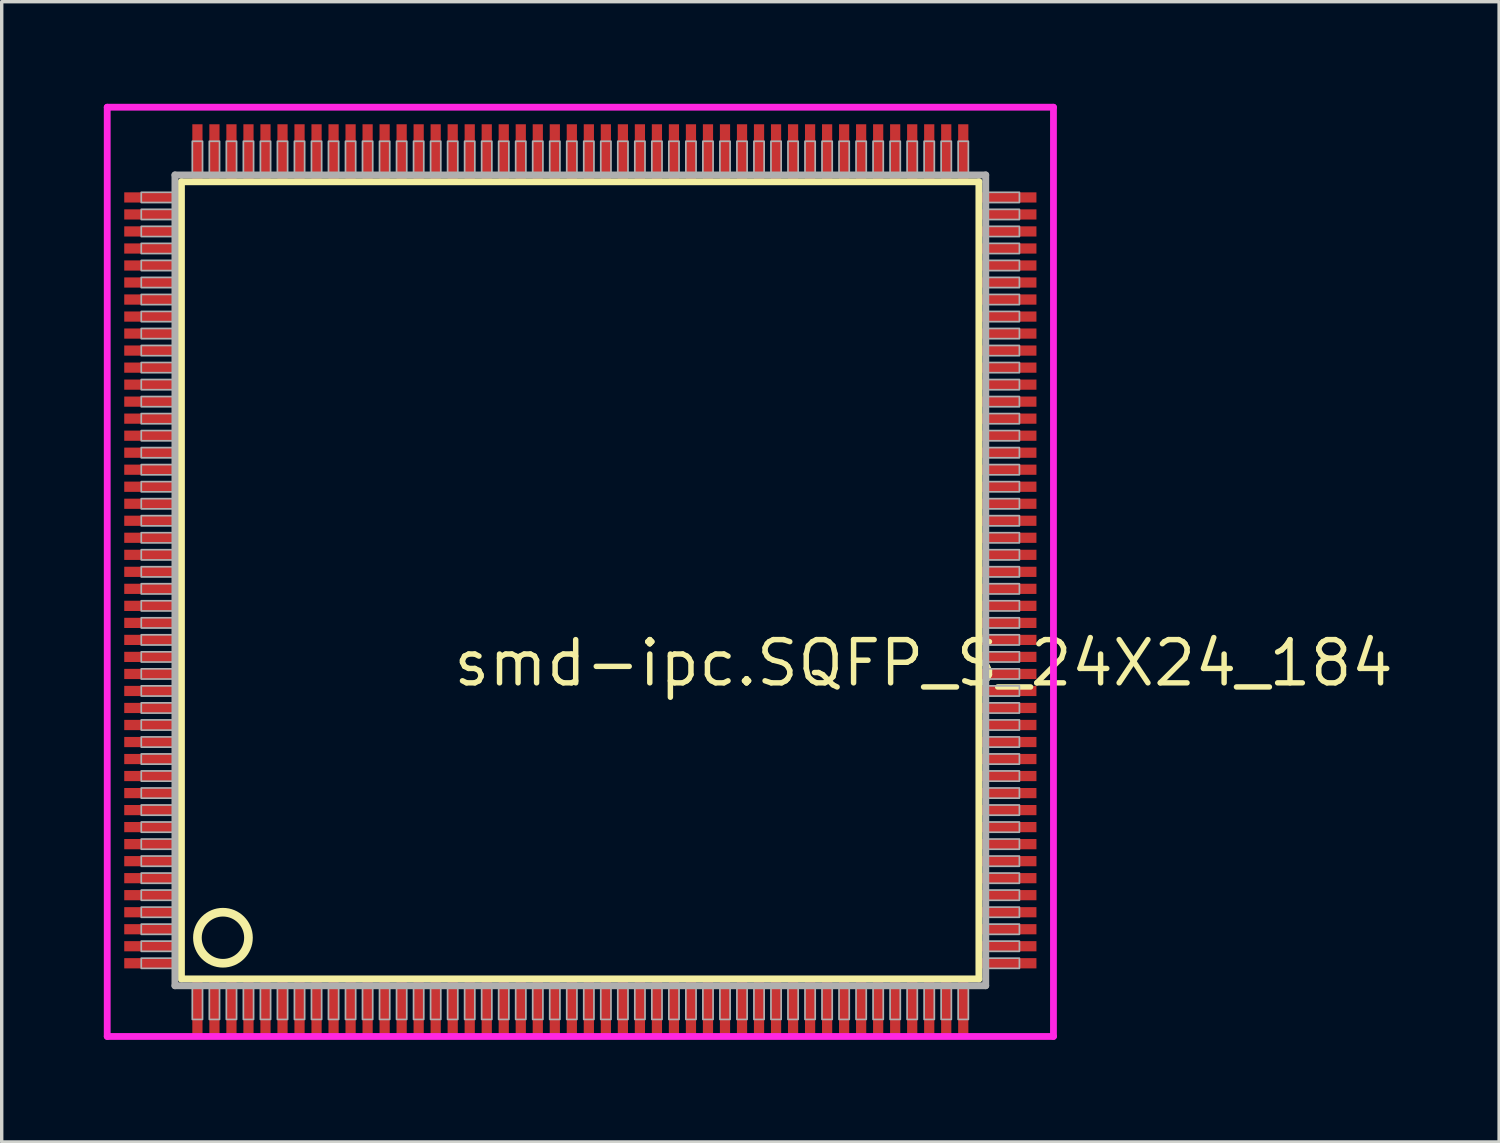
<source format=kicad_pcb>
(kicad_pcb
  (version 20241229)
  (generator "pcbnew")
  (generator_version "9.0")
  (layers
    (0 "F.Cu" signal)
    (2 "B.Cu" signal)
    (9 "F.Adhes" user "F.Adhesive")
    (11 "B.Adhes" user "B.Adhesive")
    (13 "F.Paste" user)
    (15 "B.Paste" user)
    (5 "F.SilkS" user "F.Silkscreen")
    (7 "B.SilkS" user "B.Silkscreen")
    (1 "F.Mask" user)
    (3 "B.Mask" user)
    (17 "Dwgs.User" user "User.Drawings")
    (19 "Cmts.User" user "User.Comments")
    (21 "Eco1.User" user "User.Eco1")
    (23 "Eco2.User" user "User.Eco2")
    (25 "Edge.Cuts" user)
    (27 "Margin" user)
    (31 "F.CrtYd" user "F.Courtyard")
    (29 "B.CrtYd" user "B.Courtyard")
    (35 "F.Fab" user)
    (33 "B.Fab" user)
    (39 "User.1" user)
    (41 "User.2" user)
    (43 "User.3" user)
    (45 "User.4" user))
  (footprint "smd-ipc.SQFP_S_24X24_184"
    (layer "F.Cu")
    (at 14 14)
    (property "Reference" "smd-ipc.SQFP_S_24X24_184" (at -3.81 3.175 0) (layer "F.SilkS") (effects (font (size 1.27 1.27) (thickness 0.16)) (justify left bottom)))
    (attr smd)
    (fp_line (start -11.72 -11.71) (end 11.71 -11.71) (stroke (width 0.203) (type default)) (layer "F.SilkS"))
    (fp_line (start -11.72 11.71) (end -11.72 -11.71) (stroke (width 0.203) (type default)) (layer "F.SilkS"))
    (fp_line (start 11.71 11.71) (end -11.72 11.71) (stroke (width 0.203) (type default)) (layer "F.SilkS"))
    (fp_line (start 11.71 -11.71) (end 11.71 11.71) (stroke (width 0.203) (type default)) (layer "F.SilkS"))
    (fp_circle (center -10.5 10.5) (end -9.75 10.5) (stroke (width 0.254) (type default)) (fill no) (layer "F.SilkS"))
    (fp_line (start -13.9 -13.9) (end 13.9 -13.9) (stroke (width 0.2) (type default)) (layer "F.CrtYd"))
    (fp_line (start -13.9 13.4) (end -13.9 -13.9) (stroke (width 0.2) (type default)) (layer "F.CrtYd"))
    (fp_line (start 13.9 -13.9) (end 13.9 13.4) (stroke (width 0.2) (type default)) (layer "F.CrtYd"))
    (fp_line (start 13.9 13.4) (end -13.9 13.4) (stroke (width 0.2) (type default)) (layer "F.CrtYd"))
    (fp_line (start -11.91 -11.91) (end -11.91 11.91) (stroke (width 0.203) (type default)) (layer "F.Fab"))
    (fp_line (start -11.91 11.91) (end 11.91 11.91) (stroke (width 0.203) (type default)) (layer "F.Fab"))
    (fp_line (start 11.91 -11.91) (end -11.91 -11.91) (stroke (width 0.203) (type default)) (layer "F.Fab"))
    (fp_line (start 11.91 11.91) (end 11.91 -11.91) (stroke (width 0.203) (type default)) (layer "F.Fab"))
    (fp_rect (start -12.9 -11.1) (end -11.95 -11.4) (stroke (width 0.05) (type default)) (fill no) (layer "F.Fab"))
    (fp_rect (start -12.9 -10.6) (end -11.95 -10.9) (stroke (width 0.05) (type default)) (fill no) (layer "F.Fab"))
    (fp_rect (start -12.9 -10.1) (end -11.95 -10.4) (stroke (width 0.05) (type default)) (fill no) (layer "F.Fab"))
    (fp_rect (start -12.9 -9.6) (end -11.95 -9.9) (stroke (width 0.05) (type default)) (fill no) (layer "F.Fab"))
    (fp_rect (start -12.9 -9.1) (end -11.95 -9.4) (stroke (width 0.05) (type default)) (fill no) (layer "F.Fab"))
    (fp_rect (start -12.9 -8.6) (end -11.95 -8.9) (stroke (width 0.05) (type default)) (fill no) (layer "F.Fab"))
    (fp_rect (start -12.9 -8.1) (end -11.95 -8.4) (stroke (width 0.05) (type default)) (fill no) (layer "F.Fab"))
    (fp_rect (start -12.9 -7.6) (end -11.95 -7.9) (stroke (width 0.05) (type default)) (fill no) (layer "F.Fab"))
    (fp_rect (start -12.9 -7.1) (end -11.95 -7.4) (stroke (width 0.05) (type default)) (fill no) (layer "F.Fab"))
    (fp_rect (start -12.9 -6.6) (end -11.95 -6.9) (stroke (width 0.05) (type default)) (fill no) (layer "F.Fab"))
    (fp_rect (start -12.9 -6.1) (end -11.95 -6.4) (stroke (width 0.05) (type default)) (fill no) (layer "F.Fab"))
    (fp_rect (start -12.9 -5.6) (end -11.95 -5.9) (stroke (width 0.05) (type default)) (fill no) (layer "F.Fab"))
    (fp_rect (start -12.9 -5.1) (end -11.95 -5.4) (stroke (width 0.05) (type default)) (fill no) (layer "F.Fab"))
    (fp_rect (start -12.9 -4.6) (end -11.95 -4.9) (stroke (width 0.05) (type default)) (fill no) (layer "F.Fab"))
    (fp_rect (start -12.9 -4.1) (end -11.95 -4.4) (stroke (width 0.05) (type default)) (fill no) (layer "F.Fab"))
    (fp_rect (start -12.9 -3.6) (end -11.95 -3.9) (stroke (width 0.05) (type default)) (fill no) (layer "F.Fab"))
    (fp_rect (start -12.9 -3.1) (end -11.95 -3.4) (stroke (width 0.05) (type default)) (fill no) (layer "F.Fab"))
    (fp_rect (start -12.9 -2.6) (end -11.95 -2.9) (stroke (width 0.05) (type default)) (fill no) (layer "F.Fab"))
    (fp_rect (start -12.9 -2.1) (end -11.95 -2.4) (stroke (width 0.05) (type default)) (fill no) (layer "F.Fab"))
    (fp_rect (start -12.9 -1.6) (end -11.95 -1.9) (stroke (width 0.05) (type default)) (fill no) (layer "F.Fab"))
    (fp_rect (start -12.9 -1.1) (end -11.95 -1.4) (stroke (width 0.05) (type default)) (fill no) (layer "F.Fab"))
    (fp_rect (start -12.9 -0.6) (end -11.95 -0.9) (stroke (width 0.05) (type default)) (fill no) (layer "F.Fab"))
    (fp_rect (start -12.9 -0.1) (end -11.95 -0.4) (stroke (width 0.05) (type default)) (fill no) (layer "F.Fab"))
    (fp_rect (start -12.9 0.4) (end -11.95 0.1) (stroke (width 0.05) (type default)) (fill no) (layer "F.Fab"))
    (fp_rect (start -12.9 0.9) (end -11.95 0.6) (stroke (width 0.05) (type default)) (fill no) (layer "F.Fab"))
    (fp_rect (start -12.9 1.4) (end -11.95 1.1) (stroke (width 0.05) (type default)) (fill no) (layer "F.Fab"))
    (fp_rect (start -12.9 1.9) (end -11.95 1.6) (stroke (width 0.05) (type default)) (fill no) (layer "F.Fab"))
    (fp_rect (start -12.9 2.4) (end -11.95 2.1) (stroke (width 0.05) (type default)) (fill no) (layer "F.Fab"))
    (fp_rect (start -12.9 2.9) (end -11.95 2.6) (stroke (width 0.05) (type default)) (fill no) (layer "F.Fab"))
    (fp_rect (start -12.9 3.4) (end -11.95 3.1) (stroke (width 0.05) (type default)) (fill no) (layer "F.Fab"))
    (fp_rect (start -12.9 3.9) (end -11.95 3.6) (stroke (width 0.05) (type default)) (fill no) (layer "F.Fab"))
    (fp_rect (start -12.9 4.4) (end -11.95 4.1) (stroke (width 0.05) (type default)) (fill no) (layer "F.Fab"))
    (fp_rect (start -12.9 4.9) (end -11.95 4.6) (stroke (width 0.05) (type default)) (fill no) (layer "F.Fab"))
    (fp_rect (start -12.9 5.4) (end -11.95 5.1) (stroke (width 0.05) (type default)) (fill no) (layer "F.Fab"))
    (fp_rect (start -12.9 5.9) (end -11.95 5.6) (stroke (width 0.05) (type default)) (fill no) (layer "F.Fab"))
    (fp_rect (start -12.9 6.4) (end -11.95 6.1) (stroke (width 0.05) (type default)) (fill no) (layer "F.Fab"))
    (fp_rect (start -12.9 6.9) (end -11.95 6.6) (stroke (width 0.05) (type default)) (fill no) (layer "F.Fab"))
    (fp_rect (start -12.9 7.4) (end -11.95 7.1) (stroke (width 0.05) (type default)) (fill no) (layer "F.Fab"))
    (fp_rect (start -12.9 7.9) (end -11.95 7.6) (stroke (width 0.05) (type default)) (fill no) (layer "F.Fab"))
    (fp_rect (start -12.9 8.4) (end -11.95 8.1) (stroke (width 0.05) (type default)) (fill no) (layer "F.Fab"))
    (fp_rect (start -12.9 8.9) (end -11.95 8.6) (stroke (width 0.05) (type default)) (fill no) (layer "F.Fab"))
    (fp_rect (start -12.9 9.4) (end -11.95 9.1) (stroke (width 0.05) (type default)) (fill no) (layer "F.Fab"))
    (fp_rect (start -12.9 9.9) (end -11.95 9.6) (stroke (width 0.05) (type default)) (fill no) (layer "F.Fab"))
    (fp_rect (start -12.9 10.4) (end -11.95 10.1) (stroke (width 0.05) (type default)) (fill no) (layer "F.Fab"))
    (fp_rect (start -12.9 10.9) (end -11.95 10.6) (stroke (width 0.05) (type default)) (fill no) (layer "F.Fab"))
    (fp_rect (start -12.9 11.4) (end -11.95 11.1) (stroke (width 0.05) (type default)) (fill no) (layer "F.Fab"))
    (fp_rect (start -11.4 -11.95) (end -11.1 -12.9) (stroke (width 0.05) (type default)) (fill no) (layer "F.Fab"))
    (fp_rect (start -11.4 12.9) (end -11.1 11.95) (stroke (width 0.05) (type default)) (fill no) (layer "F.Fab"))
    (fp_rect (start -10.9 -11.95) (end -10.6 -12.9) (stroke (width 0.05) (type default)) (fill no) (layer "F.Fab"))
    (fp_rect (start -10.9 12.9) (end -10.6 11.95) (stroke (width 0.05) (type default)) (fill no) (layer "F.Fab"))
    (fp_rect (start -10.4 -11.95) (end -10.1 -12.9) (stroke (width 0.05) (type default)) (fill no) (layer "F.Fab"))
    (fp_rect (start -10.4 12.9) (end -10.1 11.95) (stroke (width 0.05) (type default)) (fill no) (layer "F.Fab"))
    (fp_rect (start -9.9 -11.95) (end -9.6 -12.9) (stroke (width 0.05) (type default)) (fill no) (layer "F.Fab"))
    (fp_rect (start -9.9 12.9) (end -9.6 11.95) (stroke (width 0.05) (type default)) (fill no) (layer "F.Fab"))
    (fp_rect (start -9.4 -11.95) (end -9.1 -12.9) (stroke (width 0.05) (type default)) (fill no) (layer "F.Fab"))
    (fp_rect (start -9.4 12.9) (end -9.1 11.95) (stroke (width 0.05) (type default)) (fill no) (layer "F.Fab"))
    (fp_rect (start -8.9 -11.95) (end -8.6 -12.9) (stroke (width 0.05) (type default)) (fill no) (layer "F.Fab"))
    (fp_rect (start -8.9 12.9) (end -8.6 11.95) (stroke (width 0.05) (type default)) (fill no) (layer "F.Fab"))
    (fp_rect (start -8.4 -11.95) (end -8.1 -12.9) (stroke (width 0.05) (type default)) (fill no) (layer "F.Fab"))
    (fp_rect (start -8.4 12.9) (end -8.1 11.95) (stroke (width 0.05) (type default)) (fill no) (layer "F.Fab"))
    (fp_rect (start -7.9 -11.95) (end -7.6 -12.9) (stroke (width 0.05) (type default)) (fill no) (layer "F.Fab"))
    (fp_rect (start -7.9 12.9) (end -7.6 11.95) (stroke (width 0.05) (type default)) (fill no) (layer "F.Fab"))
    (fp_rect (start -7.4 -11.95) (end -7.1 -12.9) (stroke (width 0.05) (type default)) (fill no) (layer "F.Fab"))
    (fp_rect (start -7.4 12.9) (end -7.1 11.95) (stroke (width 0.05) (type default)) (fill no) (layer "F.Fab"))
    (fp_rect (start -6.9 -11.95) (end -6.6 -12.9) (stroke (width 0.05) (type default)) (fill no) (layer "F.Fab"))
    (fp_rect (start -6.9 12.9) (end -6.6 11.95) (stroke (width 0.05) (type default)) (fill no) (layer "F.Fab"))
    (fp_rect (start -6.4 -11.95) (end -6.1 -12.9) (stroke (width 0.05) (type default)) (fill no) (layer "F.Fab"))
    (fp_rect (start -6.4 12.9) (end -6.1 11.95) (stroke (width 0.05) (type default)) (fill no) (layer "F.Fab"))
    (fp_rect (start -5.9 -11.95) (end -5.6 -12.9) (stroke (width 0.05) (type default)) (fill no) (layer "F.Fab"))
    (fp_rect (start -5.9 12.9) (end -5.6 11.95) (stroke (width 0.05) (type default)) (fill no) (layer "F.Fab"))
    (fp_rect (start -5.4 -11.95) (end -5.1 -12.9) (stroke (width 0.05) (type default)) (fill no) (layer "F.Fab"))
    (fp_rect (start -5.4 12.9) (end -5.1 11.95) (stroke (width 0.05) (type default)) (fill no) (layer "F.Fab"))
    (fp_rect (start -4.9 -11.95) (end -4.6 -12.9) (stroke (width 0.05) (type default)) (fill no) (layer "F.Fab"))
    (fp_rect (start -4.9 12.9) (end -4.6 11.95) (stroke (width 0.05) (type default)) (fill no) (layer "F.Fab"))
    (fp_rect (start -4.4 -11.95) (end -4.1 -12.9) (stroke (width 0.05) (type default)) (fill no) (layer "F.Fab"))
    (fp_rect (start -4.4 12.9) (end -4.1 11.95) (stroke (width 0.05) (type default)) (fill no) (layer "F.Fab"))
    (fp_rect (start -3.9 -11.95) (end -3.6 -12.9) (stroke (width 0.05) (type default)) (fill no) (layer "F.Fab"))
    (fp_rect (start -3.9 12.9) (end -3.6 11.95) (stroke (width 0.05) (type default)) (fill no) (layer "F.Fab"))
    (fp_rect (start -3.4 -11.95) (end -3.1 -12.9) (stroke (width 0.05) (type default)) (fill no) (layer "F.Fab"))
    (fp_rect (start -3.4 12.9) (end -3.1 11.95) (stroke (width 0.05) (type default)) (fill no) (layer "F.Fab"))
    (fp_rect (start -2.9 -11.95) (end -2.6 -12.9) (stroke (width 0.05) (type default)) (fill no) (layer "F.Fab"))
    (fp_rect (start -2.9 12.9) (end -2.6 11.95) (stroke (width 0.05) (type default)) (fill no) (layer "F.Fab"))
    (fp_rect (start -2.4 -11.95) (end -2.1 -12.9) (stroke (width 0.05) (type default)) (fill no) (layer "F.Fab"))
    (fp_rect (start -2.4 12.9) (end -2.1 11.95) (stroke (width 0.05) (type default)) (fill no) (layer "F.Fab"))
    (fp_rect (start -1.9 -11.95) (end -1.6 -12.9) (stroke (width 0.05) (type default)) (fill no) (layer "F.Fab"))
    (fp_rect (start -1.9 12.9) (end -1.6 11.95) (stroke (width 0.05) (type default)) (fill no) (layer "F.Fab"))
    (fp_rect (start -1.4 -11.95) (end -1.1 -12.9) (stroke (width 0.05) (type default)) (fill no) (layer "F.Fab"))
    (fp_rect (start -1.4 12.9) (end -1.1 11.95) (stroke (width 0.05) (type default)) (fill no) (layer "F.Fab"))
    (fp_rect (start -0.9 -11.95) (end -0.6 -12.9) (stroke (width 0.05) (type default)) (fill no) (layer "F.Fab"))
    (fp_rect (start -0.9 12.9) (end -0.6 11.95) (stroke (width 0.05) (type default)) (fill no) (layer "F.Fab"))
    (fp_rect (start -0.4 -11.95) (end -0.1 -12.9) (stroke (width 0.05) (type default)) (fill no) (layer "F.Fab"))
    (fp_rect (start -0.4 12.9) (end -0.1 11.95) (stroke (width 0.05) (type default)) (fill no) (layer "F.Fab"))
    (fp_rect (start 0.1 -11.95) (end 0.4 -12.9) (stroke (width 0.05) (type default)) (fill no) (layer "F.Fab"))
    (fp_rect (start 0.1 12.9) (end 0.4 11.95) (stroke (width 0.05) (type default)) (fill no) (layer "F.Fab"))
    (fp_rect (start 0.6 -11.95) (end 0.9 -12.9) (stroke (width 0.05) (type default)) (fill no) (layer "F.Fab"))
    (fp_rect (start 0.6 12.9) (end 0.9 11.95) (stroke (width 0.05) (type default)) (fill no) (layer "F.Fab"))
    (fp_rect (start 1.1 -11.95) (end 1.4 -12.9) (stroke (width 0.05) (type default)) (fill no) (layer "F.Fab"))
    (fp_rect (start 1.1 12.9) (end 1.4 11.95) (stroke (width 0.05) (type default)) (fill no) (layer "F.Fab"))
    (fp_rect (start 1.6 -11.95) (end 1.9 -12.9) (stroke (width 0.05) (type default)) (fill no) (layer "F.Fab"))
    (fp_rect (start 1.6 12.9) (end 1.9 11.95) (stroke (width 0.05) (type default)) (fill no) (layer "F.Fab"))
    (fp_rect (start 2.1 -11.95) (end 2.4 -12.9) (stroke (width 0.05) (type default)) (fill no) (layer "F.Fab"))
    (fp_rect (start 2.1 12.9) (end 2.4 11.95) (stroke (width 0.05) (type default)) (fill no) (layer "F.Fab"))
    (fp_rect (start 2.6 -11.95) (end 2.9 -12.9) (stroke (width 0.05) (type default)) (fill no) (layer "F.Fab"))
    (fp_rect (start 2.6 12.9) (end 2.9 11.95) (stroke (width 0.05) (type default)) (fill no) (layer "F.Fab"))
    (fp_rect (start 3.1 -11.95) (end 3.4 -12.9) (stroke (width 0.05) (type default)) (fill no) (layer "F.Fab"))
    (fp_rect (start 3.1 12.9) (end 3.4 11.95) (stroke (width 0.05) (type default)) (fill no) (layer "F.Fab"))
    (fp_rect (start 3.6 -11.95) (end 3.9 -12.9) (stroke (width 0.05) (type default)) (fill no) (layer "F.Fab"))
    (fp_rect (start 3.6 12.9) (end 3.9 11.95) (stroke (width 0.05) (type default)) (fill no) (layer "F.Fab"))
    (fp_rect (start 4.1 -11.95) (end 4.4 -12.9) (stroke (width 0.05) (type default)) (fill no) (layer "F.Fab"))
    (fp_rect (start 4.1 12.9) (end 4.4 11.95) (stroke (width 0.05) (type default)) (fill no) (layer "F.Fab"))
    (fp_rect (start 4.6 -11.95) (end 4.9 -12.9) (stroke (width 0.05) (type default)) (fill no) (layer "F.Fab"))
    (fp_rect (start 4.6 12.9) (end 4.9 11.95) (stroke (width 0.05) (type default)) (fill no) (layer "F.Fab"))
    (fp_rect (start 5.1 -11.95) (end 5.4 -12.9) (stroke (width 0.05) (type default)) (fill no) (layer "F.Fab"))
    (fp_rect (start 5.1 12.9) (end 5.4 11.95) (stroke (width 0.05) (type default)) (fill no) (layer "F.Fab"))
    (fp_rect (start 5.6 -11.95) (end 5.9 -12.9) (stroke (width 0.05) (type default)) (fill no) (layer "F.Fab"))
    (fp_rect (start 5.6 12.9) (end 5.9 11.95) (stroke (width 0.05) (type default)) (fill no) (layer "F.Fab"))
    (fp_rect (start 6.1 -11.95) (end 6.4 -12.9) (stroke (width 0.05) (type default)) (fill no) (layer "F.Fab"))
    (fp_rect (start 6.1 12.9) (end 6.4 11.95) (stroke (width 0.05) (type default)) (fill no) (layer "F.Fab"))
    (fp_rect (start 6.6 -11.95) (end 6.9 -12.9) (stroke (width 0.05) (type default)) (fill no) (layer "F.Fab"))
    (fp_rect (start 6.6 12.9) (end 6.9 11.95) (stroke (width 0.05) (type default)) (fill no) (layer "F.Fab"))
    (fp_rect (start 7.1 -11.95) (end 7.4 -12.9) (stroke (width 0.05) (type default)) (fill no) (layer "F.Fab"))
    (fp_rect (start 7.1 12.9) (end 7.4 11.95) (stroke (width 0.05) (type default)) (fill no) (layer "F.Fab"))
    (fp_rect (start 7.6 -11.95) (end 7.9 -12.9) (stroke (width 0.05) (type default)) (fill no) (layer "F.Fab"))
    (fp_rect (start 7.6 12.9) (end 7.9 11.95) (stroke (width 0.05) (type default)) (fill no) (layer "F.Fab"))
    (fp_rect (start 8.1 -11.95) (end 8.4 -12.9) (stroke (width 0.05) (type default)) (fill no) (layer "F.Fab"))
    (fp_rect (start 8.1 12.9) (end 8.4 11.95) (stroke (width 0.05) (type default)) (fill no) (layer "F.Fab"))
    (fp_rect (start 8.6 -11.95) (end 8.9 -12.9) (stroke (width 0.05) (type default)) (fill no) (layer "F.Fab"))
    (fp_rect (start 8.6 12.9) (end 8.9 11.95) (stroke (width 0.05) (type default)) (fill no) (layer "F.Fab"))
    (fp_rect (start 9.1 -11.95) (end 9.4 -12.9) (stroke (width 0.05) (type default)) (fill no) (layer "F.Fab"))
    (fp_rect (start 9.1 12.9) (end 9.4 11.95) (stroke (width 0.05) (type default)) (fill no) (layer "F.Fab"))
    (fp_rect (start 9.6 -11.95) (end 9.9 -12.9) (stroke (width 0.05) (type default)) (fill no) (layer "F.Fab"))
    (fp_rect (start 9.6 12.9) (end 9.9 11.95) (stroke (width 0.05) (type default)) (fill no) (layer "F.Fab"))
    (fp_rect (start 10.1 -11.95) (end 10.4 -12.9) (stroke (width 0.05) (type default)) (fill no) (layer "F.Fab"))
    (fp_rect (start 10.1 12.9) (end 10.4 11.95) (stroke (width 0.05) (type default)) (fill no) (layer "F.Fab"))
    (fp_rect (start 10.6 -11.95) (end 10.9 -12.9) (stroke (width 0.05) (type default)) (fill no) (layer "F.Fab"))
    (fp_rect (start 10.6 12.9) (end 10.9 11.95) (stroke (width 0.05) (type default)) (fill no) (layer "F.Fab"))
    (fp_rect (start 11.1 -11.95) (end 11.4 -12.9) (stroke (width 0.05) (type default)) (fill no) (layer "F.Fab"))
    (fp_rect (start 11.1 12.9) (end 11.4 11.95) (stroke (width 0.05) (type default)) (fill no) (layer "F.Fab"))
    (fp_rect (start 11.95 -11.1) (end 12.9 -11.4) (stroke (width 0.05) (type default)) (fill no) (layer "F.Fab"))
    (fp_rect (start 11.95 -10.6) (end 12.9 -10.9) (stroke (width 0.05) (type default)) (fill no) (layer "F.Fab"))
    (fp_rect (start 11.95 -10.1) (end 12.9 -10.4) (stroke (width 0.05) (type default)) (fill no) (layer "F.Fab"))
    (fp_rect (start 11.95 -9.6) (end 12.9 -9.9) (stroke (width 0.05) (type default)) (fill no) (layer "F.Fab"))
    (fp_rect (start 11.95 -9.1) (end 12.9 -9.4) (stroke (width 0.05) (type default)) (fill no) (layer "F.Fab"))
    (fp_rect (start 11.95 -8.6) (end 12.9 -8.9) (stroke (width 0.05) (type default)) (fill no) (layer "F.Fab"))
    (fp_rect (start 11.95 -8.1) (end 12.9 -8.4) (stroke (width 0.05) (type default)) (fill no) (layer "F.Fab"))
    (fp_rect (start 11.95 -7.6) (end 12.9 -7.9) (stroke (width 0.05) (type default)) (fill no) (layer "F.Fab"))
    (fp_rect (start 11.95 -7.1) (end 12.9 -7.4) (stroke (width 0.05) (type default)) (fill no) (layer "F.Fab"))
    (fp_rect (start 11.95 -6.6) (end 12.9 -6.9) (stroke (width 0.05) (type default)) (fill no) (layer "F.Fab"))
    (fp_rect (start 11.95 -6.1) (end 12.9 -6.4) (stroke (width 0.05) (type default)) (fill no) (layer "F.Fab"))
    (fp_rect (start 11.95 -5.6) (end 12.9 -5.9) (stroke (width 0.05) (type default)) (fill no) (layer "F.Fab"))
    (fp_rect (start 11.95 -5.1) (end 12.9 -5.4) (stroke (width 0.05) (type default)) (fill no) (layer "F.Fab"))
    (fp_rect (start 11.95 -4.6) (end 12.9 -4.9) (stroke (width 0.05) (type default)) (fill no) (layer "F.Fab"))
    (fp_rect (start 11.95 -4.1) (end 12.9 -4.4) (stroke (width 0.05) (type default)) (fill no) (layer "F.Fab"))
    (fp_rect (start 11.95 -3.6) (end 12.9 -3.9) (stroke (width 0.05) (type default)) (fill no) (layer "F.Fab"))
    (fp_rect (start 11.95 -3.1) (end 12.9 -3.4) (stroke (width 0.05) (type default)) (fill no) (layer "F.Fab"))
    (fp_rect (start 11.95 -2.6) (end 12.9 -2.9) (stroke (width 0.05) (type default)) (fill no) (layer "F.Fab"))
    (fp_rect (start 11.95 -2.1) (end 12.9 -2.4) (stroke (width 0.05) (type default)) (fill no) (layer "F.Fab"))
    (fp_rect (start 11.95 -1.6) (end 12.9 -1.9) (stroke (width 0.05) (type default)) (fill no) (layer "F.Fab"))
    (fp_rect (start 11.95 -1.1) (end 12.9 -1.4) (stroke (width 0.05) (type default)) (fill no) (layer "F.Fab"))
    (fp_rect (start 11.95 -0.6) (end 12.9 -0.9) (stroke (width 0.05) (type default)) (fill no) (layer "F.Fab"))
    (fp_rect (start 11.95 -0.1) (end 12.9 -0.4) (stroke (width 0.05) (type default)) (fill no) (layer "F.Fab"))
    (fp_rect (start 11.95 0.4) (end 12.9 0.1) (stroke (width 0.05) (type default)) (fill no) (layer "F.Fab"))
    (fp_rect (start 11.95 0.9) (end 12.9 0.6) (stroke (width 0.05) (type default)) (fill no) (layer "F.Fab"))
    (fp_rect (start 11.95 1.4) (end 12.9 1.1) (stroke (width 0.05) (type default)) (fill no) (layer "F.Fab"))
    (fp_rect (start 11.95 1.9) (end 12.9 1.6) (stroke (width 0.05) (type default)) (fill no) (layer "F.Fab"))
    (fp_rect (start 11.95 2.4) (end 12.9 2.1) (stroke (width 0.05) (type default)) (fill no) (layer "F.Fab"))
    (fp_rect (start 11.95 2.9) (end 12.9 2.6) (stroke (width 0.05) (type default)) (fill no) (layer "F.Fab"))
    (fp_rect (start 11.95 3.4) (end 12.9 3.1) (stroke (width 0.05) (type default)) (fill no) (layer "F.Fab"))
    (fp_rect (start 11.95 3.9) (end 12.9 3.6) (stroke (width 0.05) (type default)) (fill no) (layer "F.Fab"))
    (fp_rect (start 11.95 4.4) (end 12.9 4.1) (stroke (width 0.05) (type default)) (fill no) (layer "F.Fab"))
    (fp_rect (start 11.95 4.9) (end 12.9 4.6) (stroke (width 0.05) (type default)) (fill no) (layer "F.Fab"))
    (fp_rect (start 11.95 5.4) (end 12.9 5.1) (stroke (width 0.05) (type default)) (fill no) (layer "F.Fab"))
    (fp_rect (start 11.95 5.9) (end 12.9 5.6) (stroke (width 0.05) (type default)) (fill no) (layer "F.Fab"))
    (fp_rect (start 11.95 6.4) (end 12.9 6.1) (stroke (width 0.05) (type default)) (fill no) (layer "F.Fab"))
    (fp_rect (start 11.95 6.9) (end 12.9 6.6) (stroke (width 0.05) (type default)) (fill no) (layer "F.Fab"))
    (fp_rect (start 11.95 7.4) (end 12.9 7.1) (stroke (width 0.05) (type default)) (fill no) (layer "F.Fab"))
    (fp_rect (start 11.95 7.9) (end 12.9 7.6) (stroke (width 0.05) (type default)) (fill no) (layer "F.Fab"))
    (fp_rect (start 11.95 8.4) (end 12.9 8.1) (stroke (width 0.05) (type default)) (fill no) (layer "F.Fab"))
    (fp_rect (start 11.95 8.9) (end 12.9 8.6) (stroke (width 0.05) (type default)) (fill no) (layer "F.Fab"))
    (fp_rect (start 11.95 9.4) (end 12.9 9.1) (stroke (width 0.05) (type default)) (fill no) (layer "F.Fab"))
    (fp_rect (start 11.95 9.9) (end 12.9 9.6) (stroke (width 0.05) (type default)) (fill no) (layer "F.Fab"))
    (fp_rect (start 11.95 10.4) (end 12.9 10.1) (stroke (width 0.05) (type default)) (fill no) (layer "F.Fab"))
    (fp_rect (start 11.95 10.9) (end 12.9 10.6) (stroke (width 0.05) (type default)) (fill no) (layer "F.Fab"))
    (fp_rect (start 11.95 11.4) (end 12.9 11.1) (stroke (width 0.05) (type default)) (fill no) (layer "F.Fab"))
    (pad "1" smd roundrect (at -11.25 12.6) (size 0.3 1.6) (layers "F.Cu" "F.Mask" "F.Paste") (roundrect_rratio 0.01))
    (pad "2" smd roundrect (at -10.75 12.6) (size 0.3 1.6) (layers "F.Cu" "F.Mask" "F.Paste") (roundrect_rratio 0.01))
    (pad "3" smd roundrect (at -10.25 12.6) (size 0.3 1.6) (layers "F.Cu" "F.Mask" "F.Paste") (roundrect_rratio 0.01))
    (pad "4" smd roundrect (at -9.75 12.6) (size 0.3 1.6) (layers "F.Cu" "F.Mask" "F.Paste") (roundrect_rratio 0.01))
    (pad "5" smd roundrect (at -9.25 12.6) (size 0.3 1.6) (layers "F.Cu" "F.Mask" "F.Paste") (roundrect_rratio 0.01))
    (pad "6" smd roundrect (at -8.75 12.6) (size 0.3 1.6) (layers "F.Cu" "F.Mask" "F.Paste") (roundrect_rratio 0.01))
    (pad "7" smd roundrect (at -8.25 12.6) (size 0.3 1.6) (layers "F.Cu" "F.Mask" "F.Paste") (roundrect_rratio 0.01))
    (pad "8" smd roundrect (at -7.75 12.6) (size 0.3 1.6) (layers "F.Cu" "F.Mask" "F.Paste") (roundrect_rratio 0.01))
    (pad "9" smd roundrect (at -7.25 12.6) (size 0.3 1.6) (layers "F.Cu" "F.Mask" "F.Paste") (roundrect_rratio 0.01))
    (pad "10" smd roundrect (at -6.75 12.6) (size 0.3 1.6) (layers "F.Cu" "F.Mask" "F.Paste") (roundrect_rratio 0.01))
    (pad "11" smd roundrect (at -6.25 12.6) (size 0.3 1.6) (layers "F.Cu" "F.Mask" "F.Paste") (roundrect_rratio 0.01))
    (pad "12" smd roundrect (at -5.75 12.6) (size 0.3 1.6) (layers "F.Cu" "F.Mask" "F.Paste") (roundrect_rratio 0.01))
    (pad "13" smd roundrect (at -5.25 12.6) (size 0.3 1.6) (layers "F.Cu" "F.Mask" "F.Paste") (roundrect_rratio 0.01))
    (pad "14" smd roundrect (at -4.75 12.6) (size 0.3 1.6) (layers "F.Cu" "F.Mask" "F.Paste") (roundrect_rratio 0.01))
    (pad "15" smd roundrect (at -4.25 12.6) (size 0.3 1.6) (layers "F.Cu" "F.Mask" "F.Paste") (roundrect_rratio 0.01))
    (pad "16" smd roundrect (at -3.75 12.6) (size 0.3 1.6) (layers "F.Cu" "F.Mask" "F.Paste") (roundrect_rratio 0.01))
    (pad "17" smd roundrect (at -3.25 12.6) (size 0.3 1.6) (layers "F.Cu" "F.Mask" "F.Paste") (roundrect_rratio 0.01))
    (pad "18" smd roundrect (at -2.75 12.6) (size 0.3 1.6) (layers "F.Cu" "F.Mask" "F.Paste") (roundrect_rratio 0.01))
    (pad "19" smd roundrect (at -2.25 12.6) (size 0.3 1.6) (layers "F.Cu" "F.Mask" "F.Paste") (roundrect_rratio 0.01))
    (pad "20" smd roundrect (at -1.75 12.6) (size 0.3 1.6) (layers "F.Cu" "F.Mask" "F.Paste") (roundrect_rratio 0.01))
    (pad "21" smd roundrect (at -1.25 12.6) (size 0.3 1.6) (layers "F.Cu" "F.Mask" "F.Paste") (roundrect_rratio 0.01))
    (pad "22" smd roundrect (at -0.75 12.6) (size 0.3 1.6) (layers "F.Cu" "F.Mask" "F.Paste") (roundrect_rratio 0.01))
    (pad "23" smd roundrect (at -0.25 12.6) (size 0.3 1.6) (layers "F.Cu" "F.Mask" "F.Paste") (roundrect_rratio 0.01))
    (pad "24" smd roundrect (at 0.25 12.6) (size 0.3 1.6) (layers "F.Cu" "F.Mask" "F.Paste") (roundrect_rratio 0.01))
    (pad "25" smd roundrect (at 0.75 12.6) (size 0.3 1.6) (layers "F.Cu" "F.Mask" "F.Paste") (roundrect_rratio 0.01))
    (pad "26" smd roundrect (at 1.25 12.6) (size 0.3 1.6) (layers "F.Cu" "F.Mask" "F.Paste") (roundrect_rratio 0.01))
    (pad "27" smd roundrect (at 1.75 12.6) (size 0.3 1.6) (layers "F.Cu" "F.Mask" "F.Paste") (roundrect_rratio 0.01))
    (pad "28" smd roundrect (at 2.25 12.6) (size 0.3 1.6) (layers "F.Cu" "F.Mask" "F.Paste") (roundrect_rratio 0.01))
    (pad "29" smd roundrect (at 2.75 12.6) (size 0.3 1.6) (layers "F.Cu" "F.Mask" "F.Paste") (roundrect_rratio 0.01))
    (pad "30" smd roundrect (at 3.25 12.6) (size 0.3 1.6) (layers "F.Cu" "F.Mask" "F.Paste") (roundrect_rratio 0.01))
    (pad "31" smd roundrect (at 3.75 12.6) (size 0.3 1.6) (layers "F.Cu" "F.Mask" "F.Paste") (roundrect_rratio 0.01))
    (pad "32" smd roundrect (at 4.25 12.6) (size 0.3 1.6) (layers "F.Cu" "F.Mask" "F.Paste") (roundrect_rratio 0.01))
    (pad "33" smd roundrect (at 4.75 12.6) (size 0.3 1.6) (layers "F.Cu" "F.Mask" "F.Paste") (roundrect_rratio 0.01))
    (pad "34" smd roundrect (at 5.25 12.6) (size 0.3 1.6) (layers "F.Cu" "F.Mask" "F.Paste") (roundrect_rratio 0.01))
    (pad "35" smd roundrect (at 5.75 12.6) (size 0.3 1.6) (layers "F.Cu" "F.Mask" "F.Paste") (roundrect_rratio 0.01))
    (pad "36" smd roundrect (at 6.25 12.6) (size 0.3 1.6) (layers "F.Cu" "F.Mask" "F.Paste") (roundrect_rratio 0.01))
    (pad "37" smd roundrect (at 6.75 12.6) (size 0.3 1.6) (layers "F.Cu" "F.Mask" "F.Paste") (roundrect_rratio 0.01))
    (pad "38" smd roundrect (at 7.25 12.6) (size 0.3 1.6) (layers "F.Cu" "F.Mask" "F.Paste") (roundrect_rratio 0.01))
    (pad "39" smd roundrect (at 7.75 12.6) (size 0.3 1.6) (layers "F.Cu" "F.Mask" "F.Paste") (roundrect_rratio 0.01))
    (pad "40" smd roundrect (at 8.25 12.6) (size 0.3 1.6) (layers "F.Cu" "F.Mask" "F.Paste") (roundrect_rratio 0.01))
    (pad "41" smd roundrect (at 8.75 12.6) (size 0.3 1.6) (layers "F.Cu" "F.Mask" "F.Paste") (roundrect_rratio 0.01))
    (pad "42" smd roundrect (at 9.25 12.6) (size 0.3 1.6) (layers "F.Cu" "F.Mask" "F.Paste") (roundrect_rratio 0.01))
    (pad "43" smd roundrect (at 9.75 12.6) (size 0.3 1.6) (layers "F.Cu" "F.Mask" "F.Paste") (roundrect_rratio 0.01))
    (pad "44" smd roundrect (at 10.25 12.6) (size 0.3 1.6) (layers "F.Cu" "F.Mask" "F.Paste") (roundrect_rratio 0.01))
    (pad "45" smd roundrect (at 10.75 12.6) (size 0.3 1.6) (layers "F.Cu" "F.Mask" "F.Paste") (roundrect_rratio 0.01))
    (pad "46" smd roundrect (at 11.25 12.6) (size 0.3 1.6) (layers "F.Cu" "F.Mask" "F.Paste") (roundrect_rratio 0.01))
    (pad "47" smd roundrect (at 12.6 11.25) (size 1.6 0.3) (layers "F.Cu" "F.Mask" "F.Paste") (roundrect_rratio 0.01))
    (pad "48" smd roundrect (at 12.6 10.75) (size 1.6 0.3) (layers "F.Cu" "F.Mask" "F.Paste") (roundrect_rratio 0.01))
    (pad "49" smd roundrect (at 12.6 10.25) (size 1.6 0.3) (layers "F.Cu" "F.Mask" "F.Paste") (roundrect_rratio 0.01))
    (pad "50" smd roundrect (at 12.6 9.75) (size 1.6 0.3) (layers "F.Cu" "F.Mask" "F.Paste") (roundrect_rratio 0.01))
    (pad "51" smd roundrect (at 12.6 9.25) (size 1.6 0.3) (layers "F.Cu" "F.Mask" "F.Paste") (roundrect_rratio 0.01))
    (pad "52" smd roundrect (at 12.6 8.75) (size 1.6 0.3) (layers "F.Cu" "F.Mask" "F.Paste") (roundrect_rratio 0.01))
    (pad "53" smd roundrect (at 12.6 8.25) (size 1.6 0.3) (layers "F.Cu" "F.Mask" "F.Paste") (roundrect_rratio 0.01))
    (pad "54" smd roundrect (at 12.6 7.75) (size 1.6 0.3) (layers "F.Cu" "F.Mask" "F.Paste") (roundrect_rratio 0.01))
    (pad "55" smd roundrect (at 12.6 7.25) (size 1.6 0.3) (layers "F.Cu" "F.Mask" "F.Paste") (roundrect_rratio 0.01))
    (pad "56" smd roundrect (at 12.6 6.75) (size 1.6 0.3) (layers "F.Cu" "F.Mask" "F.Paste") (roundrect_rratio 0.01))
    (pad "57" smd roundrect (at 12.6 6.25) (size 1.6 0.3) (layers "F.Cu" "F.Mask" "F.Paste") (roundrect_rratio 0.01))
    (pad "58" smd roundrect (at 12.6 5.75) (size 1.6 0.3) (layers "F.Cu" "F.Mask" "F.Paste") (roundrect_rratio 0.01))
    (pad "59" smd roundrect (at 12.6 5.25) (size 1.6 0.3) (layers "F.Cu" "F.Mask" "F.Paste") (roundrect_rratio 0.01))
    (pad "60" smd roundrect (at 12.6 4.75) (size 1.6 0.3) (layers "F.Cu" "F.Mask" "F.Paste") (roundrect_rratio 0.01))
    (pad "61" smd roundrect (at 12.6 4.25) (size 1.6 0.3) (layers "F.Cu" "F.Mask" "F.Paste") (roundrect_rratio 0.01))
    (pad "62" smd roundrect (at 12.6 3.75) (size 1.6 0.3) (layers "F.Cu" "F.Mask" "F.Paste") (roundrect_rratio 0.01))
    (pad "63" smd roundrect (at 12.6 3.25) (size 1.6 0.3) (layers "F.Cu" "F.Mask" "F.Paste") (roundrect_rratio 0.01))
    (pad "64" smd roundrect (at 12.6 2.75) (size 1.6 0.3) (layers "F.Cu" "F.Mask" "F.Paste") (roundrect_rratio 0.01))
    (pad "65" smd roundrect (at 12.6 2.25) (size 1.6 0.3) (layers "F.Cu" "F.Mask" "F.Paste") (roundrect_rratio 0.01))
    (pad "66" smd roundrect (at 12.6 1.75) (size 1.6 0.3) (layers "F.Cu" "F.Mask" "F.Paste") (roundrect_rratio 0.01))
    (pad "67" smd roundrect (at 12.6 1.25) (size 1.6 0.3) (layers "F.Cu" "F.Mask" "F.Paste") (roundrect_rratio 0.01))
    (pad "68" smd roundrect (at 12.6 0.75) (size 1.6 0.3) (layers "F.Cu" "F.Mask" "F.Paste") (roundrect_rratio 0.01))
    (pad "69" smd roundrect (at 12.6 0.25) (size 1.6 0.3) (layers "F.Cu" "F.Mask" "F.Paste") (roundrect_rratio 0.01))
    (pad "70" smd roundrect (at 12.6 -0.25) (size 1.6 0.3) (layers "F.Cu" "F.Mask" "F.Paste") (roundrect_rratio 0.01))
    (pad "71" smd roundrect (at 12.6 -0.75) (size 1.6 0.3) (layers "F.Cu" "F.Mask" "F.Paste") (roundrect_rratio 0.01))
    (pad "72" smd roundrect (at 12.6 -1.25) (size 1.6 0.3) (layers "F.Cu" "F.Mask" "F.Paste") (roundrect_rratio 0.01))
    (pad "73" smd roundrect (at 12.6 -1.75) (size 1.6 0.3) (layers "F.Cu" "F.Mask" "F.Paste") (roundrect_rratio 0.01))
    (pad "74" smd roundrect (at 12.6 -2.25) (size 1.6 0.3) (layers "F.Cu" "F.Mask" "F.Paste") (roundrect_rratio 0.01))
    (pad "75" smd roundrect (at 12.6 -2.75) (size 1.6 0.3) (layers "F.Cu" "F.Mask" "F.Paste") (roundrect_rratio 0.01))
    (pad "76" smd roundrect (at 12.6 -3.25) (size 1.6 0.3) (layers "F.Cu" "F.Mask" "F.Paste") (roundrect_rratio 0.01))
    (pad "77" smd roundrect (at 12.6 -3.75) (size 1.6 0.3) (layers "F.Cu" "F.Mask" "F.Paste") (roundrect_rratio 0.01))
    (pad "78" smd roundrect (at 12.6 -4.25) (size 1.6 0.3) (layers "F.Cu" "F.Mask" "F.Paste") (roundrect_rratio 0.01))
    (pad "79" smd roundrect (at 12.6 -4.75) (size 1.6 0.3) (layers "F.Cu" "F.Mask" "F.Paste") (roundrect_rratio 0.01))
    (pad "80" smd roundrect (at 12.6 -5.25) (size 1.6 0.3) (layers "F.Cu" "F.Mask" "F.Paste") (roundrect_rratio 0.01))
    (pad "81" smd roundrect (at 12.6 -5.75) (size 1.6 0.3) (layers "F.Cu" "F.Mask" "F.Paste") (roundrect_rratio 0.01))
    (pad "82" smd roundrect (at 12.6 -6.25) (size 1.6 0.3) (layers "F.Cu" "F.Mask" "F.Paste") (roundrect_rratio 0.01))
    (pad "83" smd roundrect (at 12.6 -6.75) (size 1.6 0.3) (layers "F.Cu" "F.Mask" "F.Paste") (roundrect_rratio 0.01))
    (pad "84" smd roundrect (at 12.6 -7.25) (size 1.6 0.3) (layers "F.Cu" "F.Mask" "F.Paste") (roundrect_rratio 0.01))
    (pad "85" smd roundrect (at 12.6 -7.75) (size 1.6 0.3) (layers "F.Cu" "F.Mask" "F.Paste") (roundrect_rratio 0.01))
    (pad "86" smd roundrect (at 12.6 -8.25) (size 1.6 0.3) (layers "F.Cu" "F.Mask" "F.Paste") (roundrect_rratio 0.01))
    (pad "87" smd roundrect (at 12.6 -8.75) (size 1.6 0.3) (layers "F.Cu" "F.Mask" "F.Paste") (roundrect_rratio 0.01))
    (pad "88" smd roundrect (at 12.6 -9.25) (size 1.6 0.3) (layers "F.Cu" "F.Mask" "F.Paste") (roundrect_rratio 0.01))
    (pad "89" smd roundrect (at 12.6 -9.75) (size 1.6 0.3) (layers "F.Cu" "F.Mask" "F.Paste") (roundrect_rratio 0.01))
    (pad "90" smd roundrect (at 12.6 -10.25) (size 1.6 0.3) (layers "F.Cu" "F.Mask" "F.Paste") (roundrect_rratio 0.01))
    (pad "91" smd roundrect (at 12.6 -10.75) (size 1.6 0.3) (layers "F.Cu" "F.Mask" "F.Paste") (roundrect_rratio 0.01))
    (pad "92" smd roundrect (at 12.6 -11.25) (size 1.6 0.3) (layers "F.Cu" "F.Mask" "F.Paste") (roundrect_rratio 0.01))
    (pad "93" smd roundrect (at 11.25 -12.6) (size 0.3 1.6) (layers "F.Cu" "F.Mask" "F.Paste") (roundrect_rratio 0.01))
    (pad "94" smd roundrect (at 10.75 -12.6) (size 0.3 1.6) (layers "F.Cu" "F.Mask" "F.Paste") (roundrect_rratio 0.01))
    (pad "95" smd roundrect (at 10.25 -12.6) (size 0.3 1.6) (layers "F.Cu" "F.Mask" "F.Paste") (roundrect_rratio 0.01))
    (pad "96" smd roundrect (at 9.75 -12.6) (size 0.3 1.6) (layers "F.Cu" "F.Mask" "F.Paste") (roundrect_rratio 0.01))
    (pad "97" smd roundrect (at 9.25 -12.6) (size 0.3 1.6) (layers "F.Cu" "F.Mask" "F.Paste") (roundrect_rratio 0.01))
    (pad "98" smd roundrect (at 8.75 -12.6) (size 0.3 1.6) (layers "F.Cu" "F.Mask" "F.Paste") (roundrect_rratio 0.01))
    (pad "99" smd roundrect (at 8.25 -12.6) (size 0.3 1.6) (layers "F.Cu" "F.Mask" "F.Paste") (roundrect_rratio 0.01))
    (pad "100" smd roundrect (at 7.75 -12.6) (size 0.3 1.6) (layers "F.Cu" "F.Mask" "F.Paste") (roundrect_rratio 0.01))
    (pad "101" smd roundrect (at 7.25 -12.6) (size 0.3 1.6) (layers "F.Cu" "F.Mask" "F.Paste") (roundrect_rratio 0.01))
    (pad "102" smd roundrect (at 6.75 -12.6) (size 0.3 1.6) (layers "F.Cu" "F.Mask" "F.Paste") (roundrect_rratio 0.01))
    (pad "103" smd roundrect (at 6.25 -12.6) (size 0.3 1.6) (layers "F.Cu" "F.Mask" "F.Paste") (roundrect_rratio 0.01))
    (pad "104" smd roundrect (at 5.75 -12.6) (size 0.3 1.6) (layers "F.Cu" "F.Mask" "F.Paste") (roundrect_rratio 0.01))
    (pad "105" smd roundrect (at 5.25 -12.6) (size 0.3 1.6) (layers "F.Cu" "F.Mask" "F.Paste") (roundrect_rratio 0.01))
    (pad "106" smd roundrect (at 4.75 -12.6) (size 0.3 1.6) (layers "F.Cu" "F.Mask" "F.Paste") (roundrect_rratio 0.01))
    (pad "107" smd roundrect (at 4.25 -12.6) (size 0.3 1.6) (layers "F.Cu" "F.Mask" "F.Paste") (roundrect_rratio 0.01))
    (pad "108" smd roundrect (at 3.75 -12.6) (size 0.3 1.6) (layers "F.Cu" "F.Mask" "F.Paste") (roundrect_rratio 0.01))
    (pad "109" smd roundrect (at 3.25 -12.6) (size 0.3 1.6) (layers "F.Cu" "F.Mask" "F.Paste") (roundrect_rratio 0.01))
    (pad "110" smd roundrect (at 2.75 -12.6) (size 0.3 1.6) (layers "F.Cu" "F.Mask" "F.Paste") (roundrect_rratio 0.01))
    (pad "111" smd roundrect (at 2.25 -12.6) (size 0.3 1.6) (layers "F.Cu" "F.Mask" "F.Paste") (roundrect_rratio 0.01))
    (pad "112" smd roundrect (at 1.75 -12.6) (size 0.3 1.6) (layers "F.Cu" "F.Mask" "F.Paste") (roundrect_rratio 0.01))
    (pad "113" smd roundrect (at 1.25 -12.6) (size 0.3 1.6) (layers "F.Cu" "F.Mask" "F.Paste") (roundrect_rratio 0.01))
    (pad "114" smd roundrect (at 0.75 -12.6) (size 0.3 1.6) (layers "F.Cu" "F.Mask" "F.Paste") (roundrect_rratio 0.01))
    (pad "115" smd roundrect (at 0.25 -12.6) (size 0.3 1.6) (layers "F.Cu" "F.Mask" "F.Paste") (roundrect_rratio 0.01))
    (pad "116" smd roundrect (at -0.25 -12.6) (size 0.3 1.6) (layers "F.Cu" "F.Mask" "F.Paste") (roundrect_rratio 0.01))
    (pad "117" smd roundrect (at -0.75 -12.6) (size 0.3 1.6) (layers "F.Cu" "F.Mask" "F.Paste") (roundrect_rratio 0.01))
    (pad "118" smd roundrect (at -1.25 -12.6) (size 0.3 1.6) (layers "F.Cu" "F.Mask" "F.Paste") (roundrect_rratio 0.01))
    (pad "119" smd roundrect (at -1.75 -12.6) (size 0.3 1.6) (layers "F.Cu" "F.Mask" "F.Paste") (roundrect_rratio 0.01))
    (pad "120" smd roundrect (at -2.25 -12.6) (size 0.3 1.6) (layers "F.Cu" "F.Mask" "F.Paste") (roundrect_rratio 0.01))
    (pad "121" smd roundrect (at -2.75 -12.6) (size 0.3 1.6) (layers "F.Cu" "F.Mask" "F.Paste") (roundrect_rratio 0.01))
    (pad "122" smd roundrect (at -3.25 -12.6) (size 0.3 1.6) (layers "F.Cu" "F.Mask" "F.Paste") (roundrect_rratio 0.01))
    (pad "123" smd roundrect (at -3.75 -12.6) (size 0.3 1.6) (layers "F.Cu" "F.Mask" "F.Paste") (roundrect_rratio 0.01))
    (pad "124" smd roundrect (at -4.25 -12.6) (size 0.3 1.6) (layers "F.Cu" "F.Mask" "F.Paste") (roundrect_rratio 0.01))
    (pad "125" smd roundrect (at -4.75 -12.6) (size 0.3 1.6) (layers "F.Cu" "F.Mask" "F.Paste") (roundrect_rratio 0.01))
    (pad "126" smd roundrect (at -5.25 -12.6) (size 0.3 1.6) (layers "F.Cu" "F.Mask" "F.Paste") (roundrect_rratio 0.01))
    (pad "127" smd roundrect (at -5.75 -12.6) (size 0.3 1.6) (layers "F.Cu" "F.Mask" "F.Paste") (roundrect_rratio 0.01))
    (pad "128" smd roundrect (at -6.25 -12.6) (size 0.3 1.6) (layers "F.Cu" "F.Mask" "F.Paste") (roundrect_rratio 0.01))
    (pad "129" smd roundrect (at -6.75 -12.6) (size 0.3 1.6) (layers "F.Cu" "F.Mask" "F.Paste") (roundrect_rratio 0.01))
    (pad "130" smd roundrect (at -7.25 -12.6) (size 0.3 1.6) (layers "F.Cu" "F.Mask" "F.Paste") (roundrect_rratio 0.01))
    (pad "131" smd roundrect (at -7.75 -12.6) (size 0.3 1.6) (layers "F.Cu" "F.Mask" "F.Paste") (roundrect_rratio 0.01))
    (pad "132" smd roundrect (at -8.25 -12.6) (size 0.3 1.6) (layers "F.Cu" "F.Mask" "F.Paste") (roundrect_rratio 0.01))
    (pad "133" smd roundrect (at -8.75 -12.6) (size 0.3 1.6) (layers "F.Cu" "F.Mask" "F.Paste") (roundrect_rratio 0.01))
    (pad "134" smd roundrect (at -9.25 -12.6) (size 0.3 1.6) (layers "F.Cu" "F.Mask" "F.Paste") (roundrect_rratio 0.01))
    (pad "135" smd roundrect (at -9.75 -12.6) (size 0.3 1.6) (layers "F.Cu" "F.Mask" "F.Paste") (roundrect_rratio 0.01))
    (pad "136" smd roundrect (at -10.25 -12.6) (size 0.3 1.6) (layers "F.Cu" "F.Mask" "F.Paste") (roundrect_rratio 0.01))
    (pad "137" smd roundrect (at -10.75 -12.6) (size 0.3 1.6) (layers "F.Cu" "F.Mask" "F.Paste") (roundrect_rratio 0.01))
    (pad "138" smd roundrect (at -11.25 -12.6) (size 0.3 1.6) (layers "F.Cu" "F.Mask" "F.Paste") (roundrect_rratio 0.01))
    (pad "139" smd roundrect (at -12.6 -11.25) (size 1.6 0.3) (layers "F.Cu" "F.Mask" "F.Paste") (roundrect_rratio 0.01))
    (pad "140" smd roundrect (at -12.6 -10.75) (size 1.6 0.3) (layers "F.Cu" "F.Mask" "F.Paste") (roundrect_rratio 0.01))
    (pad "141" smd roundrect (at -12.6 -10.25) (size 1.6 0.3) (layers "F.Cu" "F.Mask" "F.Paste") (roundrect_rratio 0.01))
    (pad "142" smd roundrect (at -12.6 -9.75) (size 1.6 0.3) (layers "F.Cu" "F.Mask" "F.Paste") (roundrect_rratio 0.01))
    (pad "143" smd roundrect (at -12.6 -9.25) (size 1.6 0.3) (layers "F.Cu" "F.Mask" "F.Paste") (roundrect_rratio 0.01))
    (pad "144" smd roundrect (at -12.6 -8.75) (size 1.6 0.3) (layers "F.Cu" "F.Mask" "F.Paste") (roundrect_rratio 0.01))
    (pad "145" smd roundrect (at -12.6 -8.25) (size 1.6 0.3) (layers "F.Cu" "F.Mask" "F.Paste") (roundrect_rratio 0.01))
    (pad "146" smd roundrect (at -12.6 -7.75) (size 1.6 0.3) (layers "F.Cu" "F.Mask" "F.Paste") (roundrect_rratio 0.01))
    (pad "147" smd roundrect (at -12.6 -7.25) (size 1.6 0.3) (layers "F.Cu" "F.Mask" "F.Paste") (roundrect_rratio 0.01))
    (pad "148" smd roundrect (at -12.6 -6.75) (size 1.6 0.3) (layers "F.Cu" "F.Mask" "F.Paste") (roundrect_rratio 0.01))
    (pad "149" smd roundrect (at -12.6 -6.25) (size 1.6 0.3) (layers "F.Cu" "F.Mask" "F.Paste") (roundrect_rratio 0.01))
    (pad "150" smd roundrect (at -12.6 -5.75) (size 1.6 0.3) (layers "F.Cu" "F.Mask" "F.Paste") (roundrect_rratio 0.01))
    (pad "151" smd roundrect (at -12.6 -5.25) (size 1.6 0.3) (layers "F.Cu" "F.Mask" "F.Paste") (roundrect_rratio 0.01))
    (pad "152" smd roundrect (at -12.6 -4.75) (size 1.6 0.3) (layers "F.Cu" "F.Mask" "F.Paste") (roundrect_rratio 0.01))
    (pad "153" smd roundrect (at -12.6 -4.25) (size 1.6 0.3) (layers "F.Cu" "F.Mask" "F.Paste") (roundrect_rratio 0.01))
    (pad "154" smd roundrect (at -12.6 -3.75) (size 1.6 0.3) (layers "F.Cu" "F.Mask" "F.Paste") (roundrect_rratio 0.01))
    (pad "155" smd roundrect (at -12.6 -3.25) (size 1.6 0.3) (layers "F.Cu" "F.Mask" "F.Paste") (roundrect_rratio 0.01))
    (pad "156" smd roundrect (at -12.6 -2.75) (size 1.6 0.3) (layers "F.Cu" "F.Mask" "F.Paste") (roundrect_rratio 0.01))
    (pad "157" smd roundrect (at -12.6 -2.25) (size 1.6 0.3) (layers "F.Cu" "F.Mask" "F.Paste") (roundrect_rratio 0.01))
    (pad "158" smd roundrect (at -12.6 -1.75) (size 1.6 0.3) (layers "F.Cu" "F.Mask" "F.Paste") (roundrect_rratio 0.01))
    (pad "159" smd roundrect (at -12.6 -1.25) (size 1.6 0.3) (layers "F.Cu" "F.Mask" "F.Paste") (roundrect_rratio 0.01))
    (pad "160" smd roundrect (at -12.6 -0.75) (size 1.6 0.3) (layers "F.Cu" "F.Mask" "F.Paste") (roundrect_rratio 0.01))
    (pad "161" smd roundrect (at -12.6 -0.25) (size 1.6 0.3) (layers "F.Cu" "F.Mask" "F.Paste") (roundrect_rratio 0.01))
    (pad "162" smd roundrect (at -12.6 0.25) (size 1.6 0.3) (layers "F.Cu" "F.Mask" "F.Paste") (roundrect_rratio 0.01))
    (pad "163" smd roundrect (at -12.6 0.75) (size 1.6 0.3) (layers "F.Cu" "F.Mask" "F.Paste") (roundrect_rratio 0.01))
    (pad "164" smd roundrect (at -12.6 1.25) (size 1.6 0.3) (layers "F.Cu" "F.Mask" "F.Paste") (roundrect_rratio 0.01))
    (pad "165" smd roundrect (at -12.6 1.75) (size 1.6 0.3) (layers "F.Cu" "F.Mask" "F.Paste") (roundrect_rratio 0.01))
    (pad "166" smd roundrect (at -12.6 2.25) (size 1.6 0.3) (layers "F.Cu" "F.Mask" "F.Paste") (roundrect_rratio 0.01))
    (pad "167" smd roundrect (at -12.6 2.75) (size 1.6 0.3) (layers "F.Cu" "F.Mask" "F.Paste") (roundrect_rratio 0.01))
    (pad "168" smd roundrect (at -12.6 3.25) (size 1.6 0.3) (layers "F.Cu" "F.Mask" "F.Paste") (roundrect_rratio 0.01))
    (pad "169" smd roundrect (at -12.6 3.75) (size 1.6 0.3) (layers "F.Cu" "F.Mask" "F.Paste") (roundrect_rratio 0.01))
    (pad "170" smd roundrect (at -12.6 4.25) (size 1.6 0.3) (layers "F.Cu" "F.Mask" "F.Paste") (roundrect_rratio 0.01))
    (pad "171" smd roundrect (at -12.6 4.75) (size 1.6 0.3) (layers "F.Cu" "F.Mask" "F.Paste") (roundrect_rratio 0.01))
    (pad "172" smd roundrect (at -12.6 5.25) (size 1.6 0.3) (layers "F.Cu" "F.Mask" "F.Paste") (roundrect_rratio 0.01))
    (pad "173" smd roundrect (at -12.6 5.75) (size 1.6 0.3) (layers "F.Cu" "F.Mask" "F.Paste") (roundrect_rratio 0.01))
    (pad "174" smd roundrect (at -12.6 6.25) (size 1.6 0.3) (layers "F.Cu" "F.Mask" "F.Paste") (roundrect_rratio 0.01))
    (pad "175" smd roundrect (at -12.6 6.75) (size 1.6 0.3) (layers "F.Cu" "F.Mask" "F.Paste") (roundrect_rratio 0.01))
    (pad "176" smd roundrect (at -12.6 7.25) (size 1.6 0.3) (layers "F.Cu" "F.Mask" "F.Paste") (roundrect_rratio 0.01))
    (pad "177" smd roundrect (at -12.6 7.75) (size 1.6 0.3) (layers "F.Cu" "F.Mask" "F.Paste") (roundrect_rratio 0.01))
    (pad "178" smd roundrect (at -12.6 8.25) (size 1.6 0.3) (layers "F.Cu" "F.Mask" "F.Paste") (roundrect_rratio 0.01))
    (pad "179" smd roundrect (at -12.6 8.75) (size 1.6 0.3) (layers "F.Cu" "F.Mask" "F.Paste") (roundrect_rratio 0.01))
    (pad "180" smd roundrect (at -12.6 9.25) (size 1.6 0.3) (layers "F.Cu" "F.Mask" "F.Paste") (roundrect_rratio 0.01))
    (pad "181" smd roundrect (at -12.6 9.75) (size 1.6 0.3) (layers "F.Cu" "F.Mask" "F.Paste") (roundrect_rratio 0.01))
    (pad "182" smd roundrect (at -12.6 10.25) (size 1.6 0.3) (layers "F.Cu" "F.Mask" "F.Paste") (roundrect_rratio 0.01))
    (pad "183" smd roundrect (at -12.6 10.75) (size 1.6 0.3) (layers "F.Cu" "F.Mask" "F.Paste") (roundrect_rratio 0.01))
    (pad "184" smd roundrect (at -12.6 11.25) (size 1.6 0.3) (layers "F.Cu" "F.Mask" "F.Paste") (roundrect_rratio 0.01)))
  (gr_rect
    (start -3 -3)
    (end 40.993 30.5)
    (stroke (width 0.1) (type default))
    (fill no)
    (layer "Edge.Cuts")))
</source>
